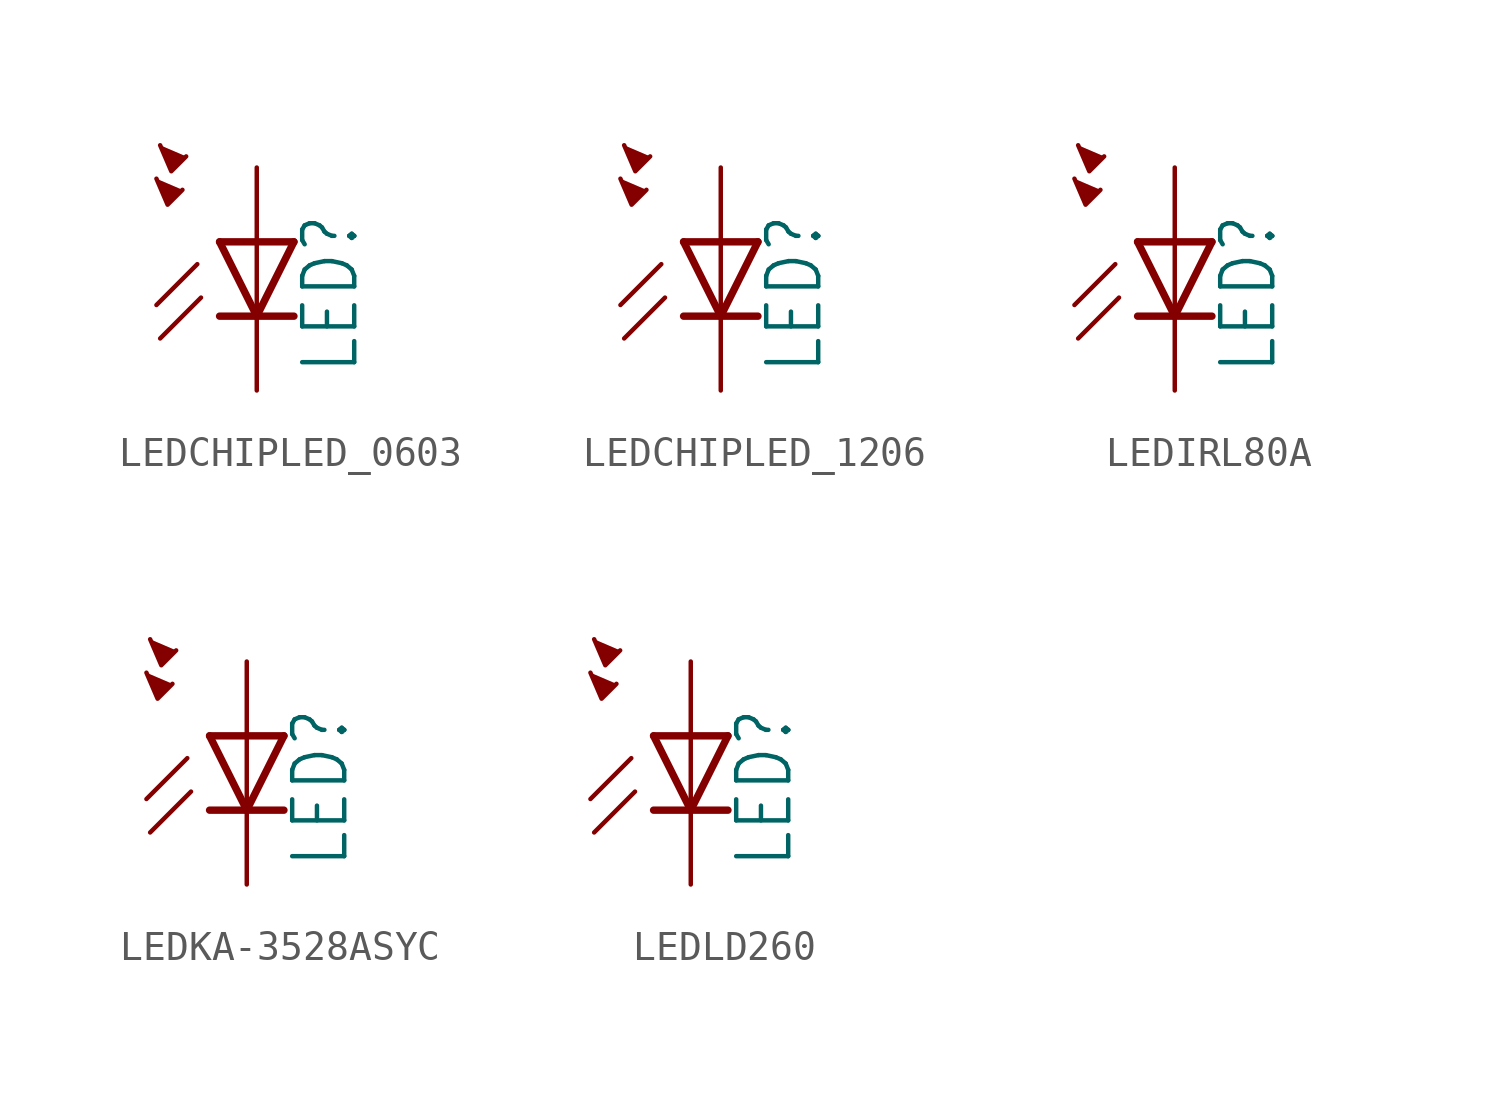
<source format=kicad_sym>
(kicad_symbol_lib
  (version 20241209)
  (generator "kicad_symbol_editor")
  (generator_version "9.0")
  (symbol "LEDCHIPLED_0603"
    (property "Reference" "LED"
      (at 3.556 -4.572 90)
      (effects (font (size 1.778 1.511)) (justify left bottom)))
    (property "Value" ""
      (at 5.715 -4.572 90)
      (effects (font (size 1.778 1.511)) (justify left bottom)))
    (property "ki_locked" ""
      (at 0 0 0)
      (effects (font (size 1.27 1.27))))
    (symbol "LEDCHIPLED_0603_1_0"
      (polyline (pts (xy -3.429 2.159) (xy -3.048 1.27) (xy -2.54 1.778)) (stroke (width 0.152) (type solid)) (fill (type outline)))
      (polyline (pts (xy -3.302 3.302) (xy -2.921 2.413) (xy -2.413 2.921)) (stroke (width 0.152) (type solid)) (fill (type outline)))
      (polyline (pts (xy -2.032 -0.762) (xy -3.429 -2.159)) (stroke (width 0.152) (type solid)) (fill (type none)))
      (polyline (pts (xy -1.905 -1.905) (xy -3.302 -3.302)) (stroke (width 0.152) (type solid)) (fill (type none)))
      (polyline (pts (xy 0 0) (xy -1.27 0)) (stroke (width 0.254) (type solid)) (fill (type none)))
      (polyline (pts (xy 0 0) (xy 0 -2.54)) (stroke (width 0.152) (type solid)) (fill (type none)))
      (polyline (pts (xy 0 -2.54) (xy -1.27 0)) (stroke (width 0.254) (type solid)) (fill (type none)))
      (polyline (pts (xy 0 -2.54) (xy -1.27 -2.54)) (stroke (width 0.254) (type solid)) (fill (type none)))
      (polyline (pts (xy 1.27 0) (xy 0 0)) (stroke (width 0.254) (type solid)) (fill (type none)))
      (polyline (pts (xy 1.27 0) (xy 0 -2.54)) (stroke (width 0.254) (type solid)) (fill (type none)))
      (polyline (pts (xy 1.27 -2.54) (xy 0 -2.54)) (stroke (width 0.254) (type solid)) (fill (type none)))
      (pin passive line (at 0 2.54 270) (length 2.54) (name "A" (effects (font (size 0 0)))) (number "A" (effects (font (size 0 0)))))
      (pin passive line (at 0 -5.08 90) (length 2.54) (name "C" (effects (font (size 0 0)))) (number "C" (effects (font (size 0 0)))))))
  (symbol "LEDCHIPLED_1206"
    (property "Reference" "LED"
      (at 3.556 -4.572 90)
      (effects (font (size 1.778 1.511)) (justify left bottom)))
    (property "Value" ""
      (at 5.715 -4.572 90)
      (effects (font (size 1.778 1.511)) (justify left bottom)))
    (property "ki_locked" ""
      (at 0 0 0)
      (effects (font (size 1.27 1.27))))
    (symbol "LEDCHIPLED_1206_1_0"
      (polyline (pts (xy -3.429 2.159) (xy -3.048 1.27) (xy -2.54 1.778)) (stroke (width 0.152) (type solid)) (fill (type outline)))
      (polyline (pts (xy -3.302 3.302) (xy -2.921 2.413) (xy -2.413 2.921)) (stroke (width 0.152) (type solid)) (fill (type outline)))
      (polyline (pts (xy -2.032 -0.762) (xy -3.429 -2.159)) (stroke (width 0.152) (type solid)) (fill (type none)))
      (polyline (pts (xy -1.905 -1.905) (xy -3.302 -3.302)) (stroke (width 0.152) (type solid)) (fill (type none)))
      (polyline (pts (xy 0 0) (xy -1.27 0)) (stroke (width 0.254) (type solid)) (fill (type none)))
      (polyline (pts (xy 0 0) (xy 0 -2.54)) (stroke (width 0.152) (type solid)) (fill (type none)))
      (polyline (pts (xy 0 -2.54) (xy -1.27 0)) (stroke (width 0.254) (type solid)) (fill (type none)))
      (polyline (pts (xy 0 -2.54) (xy -1.27 -2.54)) (stroke (width 0.254) (type solid)) (fill (type none)))
      (polyline (pts (xy 1.27 0) (xy 0 0)) (stroke (width 0.254) (type solid)) (fill (type none)))
      (polyline (pts (xy 1.27 0) (xy 0 -2.54)) (stroke (width 0.254) (type solid)) (fill (type none)))
      (polyline (pts (xy 1.27 -2.54) (xy 0 -2.54)) (stroke (width 0.254) (type solid)) (fill (type none)))
      (pin passive line (at 0 2.54 270) (length 2.54) (name "A" (effects (font (size 0 0)))) (number "A" (effects (font (size 0 0)))))
      (pin passive line (at 0 -5.08 90) (length 2.54) (name "C" (effects (font (size 0 0)))) (number "C" (effects (font (size 0 0)))))))
  (symbol "LEDIRL80A"
    (property "Reference" "LED"
      (at 3.556 -4.572 90)
      (effects (font (size 1.778 1.511)) (justify left bottom)))
    (property "Value" ""
      (at 5.715 -4.572 90)
      (effects (font (size 1.778 1.511)) (justify left bottom)))
    (property "ki_locked" ""
      (at 0 0 0)
      (effects (font (size 1.27 1.27))))
    (symbol "LEDIRL80A_1_0"
      (polyline (pts (xy -3.429 2.159) (xy -3.048 1.27) (xy -2.54 1.778)) (stroke (width 0.152) (type solid)) (fill (type outline)))
      (polyline (pts (xy -3.302 3.302) (xy -2.921 2.413) (xy -2.413 2.921)) (stroke (width 0.152) (type solid)) (fill (type outline)))
      (polyline (pts (xy -2.032 -0.762) (xy -3.429 -2.159)) (stroke (width 0.152) (type solid)) (fill (type none)))
      (polyline (pts (xy -1.905 -1.905) (xy -3.302 -3.302)) (stroke (width 0.152) (type solid)) (fill (type none)))
      (polyline (pts (xy 0 0) (xy -1.27 0)) (stroke (width 0.254) (type solid)) (fill (type none)))
      (polyline (pts (xy 0 0) (xy 0 -2.54)) (stroke (width 0.152) (type solid)) (fill (type none)))
      (polyline (pts (xy 0 -2.54) (xy -1.27 0)) (stroke (width 0.254) (type solid)) (fill (type none)))
      (polyline (pts (xy 0 -2.54) (xy -1.27 -2.54)) (stroke (width 0.254) (type solid)) (fill (type none)))
      (polyline (pts (xy 1.27 0) (xy 0 0)) (stroke (width 0.254) (type solid)) (fill (type none)))
      (polyline (pts (xy 1.27 0) (xy 0 -2.54)) (stroke (width 0.254) (type solid)) (fill (type none)))
      (polyline (pts (xy 1.27 -2.54) (xy 0 -2.54)) (stroke (width 0.254) (type solid)) (fill (type none)))
      (pin passive line (at 0 2.54 270) (length 2.54) (name "A" (effects (font (size 0 0)))) (number "A" (effects (font (size 0 0)))))
      (pin passive line (at 0 -5.08 90) (length 2.54) (name "C" (effects (font (size 0 0)))) (number "K" (effects (font (size 0 0)))))))
  (symbol "LEDKA-3528ASYC"
    (property "Reference" "LED"
      (at 3.556 -4.572 90)
      (effects (font (size 1.778 1.511)) (justify left bottom)))
    (property "Value" ""
      (at 5.715 -4.572 90)
      (effects (font (size 1.778 1.511)) (justify left bottom)))
    (property "ki_locked" ""
      (at 0 0 0)
      (effects (font (size 1.27 1.27))))
    (symbol "LEDKA-3528ASYC_1_0"
      (polyline (pts (xy -3.429 2.159) (xy -3.048 1.27) (xy -2.54 1.778)) (stroke (width 0.152) (type solid)) (fill (type outline)))
      (polyline (pts (xy -3.302 3.302) (xy -2.921 2.413) (xy -2.413 2.921)) (stroke (width 0.152) (type solid)) (fill (type outline)))
      (polyline (pts (xy -2.032 -0.762) (xy -3.429 -2.159)) (stroke (width 0.152) (type solid)) (fill (type none)))
      (polyline (pts (xy -1.905 -1.905) (xy -3.302 -3.302)) (stroke (width 0.152) (type solid)) (fill (type none)))
      (polyline (pts (xy 0 0) (xy -1.27 0)) (stroke (width 0.254) (type solid)) (fill (type none)))
      (polyline (pts (xy 0 0) (xy 0 -2.54)) (stroke (width 0.152) (type solid)) (fill (type none)))
      (polyline (pts (xy 0 -2.54) (xy -1.27 0)) (stroke (width 0.254) (type solid)) (fill (type none)))
      (polyline (pts (xy 0 -2.54) (xy -1.27 -2.54)) (stroke (width 0.254) (type solid)) (fill (type none)))
      (polyline (pts (xy 1.27 0) (xy 0 0)) (stroke (width 0.254) (type solid)) (fill (type none)))
      (polyline (pts (xy 1.27 0) (xy 0 -2.54)) (stroke (width 0.254) (type solid)) (fill (type none)))
      (polyline (pts (xy 1.27 -2.54) (xy 0 -2.54)) (stroke (width 0.254) (type solid)) (fill (type none)))
      (pin passive line (at 0 2.54 270) (length 2.54) (name "A" (effects (font (size 0 0)))) (number "A" (effects (font (size 0 0)))))
      (pin passive line (at 0 -5.08 90) (length 2.54) (name "C" (effects (font (size 0 0)))) (number "C" (effects (font (size 0 0)))))))
  (symbol "LEDLD260"
    (property "Reference" "LED"
      (at 3.556 -4.572 90)
      (effects (font (size 1.778 1.511)) (justify left bottom)))
    (property "Value" ""
      (at 5.715 -4.572 90)
      (effects (font (size 1.778 1.511)) (justify left bottom)))
    (property "ki_locked" ""
      (at 0 0 0)
      (effects (font (size 1.27 1.27))))
    (symbol "LEDLD260_1_0"
      (polyline (pts (xy -3.429 2.159) (xy -3.048 1.27) (xy -2.54 1.778)) (stroke (width 0.152) (type solid)) (fill (type outline)))
      (polyline (pts (xy -3.302 3.302) (xy -2.921 2.413) (xy -2.413 2.921)) (stroke (width 0.152) (type solid)) (fill (type outline)))
      (polyline (pts (xy -2.032 -0.762) (xy -3.429 -2.159)) (stroke (width 0.152) (type solid)) (fill (type none)))
      (polyline (pts (xy -1.905 -1.905) (xy -3.302 -3.302)) (stroke (width 0.152) (type solid)) (fill (type none)))
      (polyline (pts (xy 0 0) (xy -1.27 0)) (stroke (width 0.254) (type solid)) (fill (type none)))
      (polyline (pts (xy 0 0) (xy 0 -2.54)) (stroke (width 0.152) (type solid)) (fill (type none)))
      (polyline (pts (xy 0 -2.54) (xy -1.27 0)) (stroke (width 0.254) (type solid)) (fill (type none)))
      (polyline (pts (xy 0 -2.54) (xy -1.27 -2.54)) (stroke (width 0.254) (type solid)) (fill (type none)))
      (polyline (pts (xy 1.27 0) (xy 0 0)) (stroke (width 0.254) (type solid)) (fill (type none)))
      (polyline (pts (xy 1.27 0) (xy 0 -2.54)) (stroke (width 0.254) (type solid)) (fill (type none)))
      (polyline (pts (xy 1.27 -2.54) (xy 0 -2.54)) (stroke (width 0.254) (type solid)) (fill (type none)))
      (pin passive line (at 0 2.54 270) (length 2.54) (name "A" (effects (font (size 0 0)))) (number "A" (effects (font (size 0 0)))))
      (pin passive line (at 0 -5.08 90) (length 2.54) (name "C" (effects (font (size 0 0)))) (number "K" (effects (font (size 0 0))))))))
</source>
